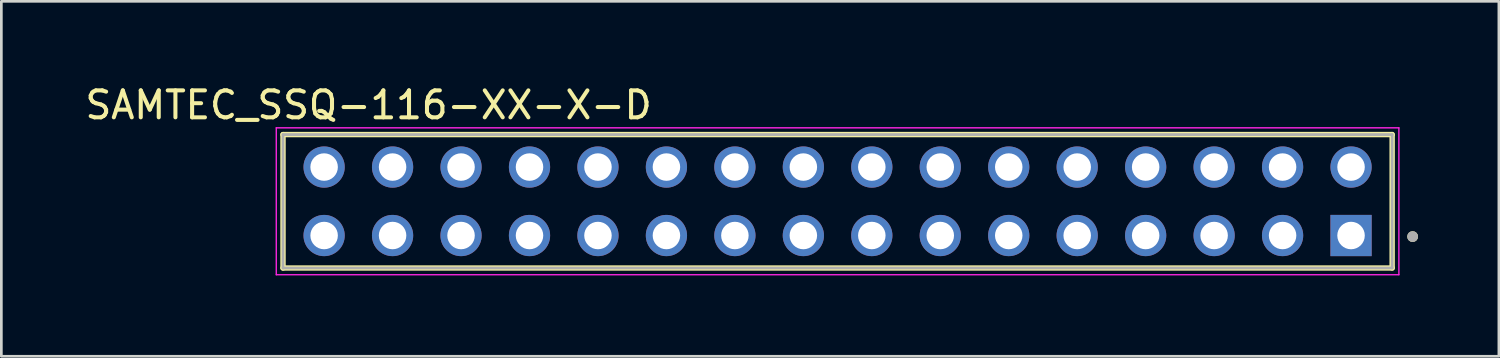
<source format=kicad_pcb>
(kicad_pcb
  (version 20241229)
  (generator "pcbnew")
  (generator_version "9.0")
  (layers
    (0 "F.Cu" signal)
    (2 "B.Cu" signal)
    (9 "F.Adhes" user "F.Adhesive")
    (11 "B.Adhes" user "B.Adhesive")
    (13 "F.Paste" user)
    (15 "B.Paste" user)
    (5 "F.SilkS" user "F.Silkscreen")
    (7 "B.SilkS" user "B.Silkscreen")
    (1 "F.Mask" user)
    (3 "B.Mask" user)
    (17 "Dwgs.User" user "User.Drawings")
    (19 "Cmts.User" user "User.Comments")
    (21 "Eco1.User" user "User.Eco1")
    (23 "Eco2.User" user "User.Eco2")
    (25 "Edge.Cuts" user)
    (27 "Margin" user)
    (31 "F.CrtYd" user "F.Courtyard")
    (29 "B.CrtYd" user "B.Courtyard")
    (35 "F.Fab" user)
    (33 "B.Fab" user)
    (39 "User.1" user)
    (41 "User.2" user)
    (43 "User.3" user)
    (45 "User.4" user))
  (footprint "SAMTEC_SSQ-116-XX-X-D"
    (layer "F.Cu")
    (at 28.025 4.418)
    (property "Reference" "SAMTEC_SSQ-116-XX-X-D" (at -17.4 -3.57 0) (layer "F.SilkS") (effects (font (size 1 1) (thickness 0.15))))
    (attr through_hole)
    (fp_line (start -20.575 -2.475) (end -20.575 2.475) (stroke (width 0.2) (type solid)) (layer "F.SilkS"))
    (fp_line (start -20.575 2.475) (end 20.575 2.475) (stroke (width 0.2) (type solid)) (layer "F.SilkS"))
    (fp_line (start 20.575 -2.475) (end -20.575 -2.475) (stroke (width 0.2) (type solid)) (layer "F.SilkS"))
    (fp_line (start 20.575 2.475) (end 20.575 -2.475) (stroke (width 0.2) (type solid)) (layer "F.SilkS"))
    (fp_circle (center 21.335 1.31) (end 21.435 1.31) (stroke (width 0.2) (type solid)) (fill no) (layer "F.SilkS"))
    (fp_line (start -20.825 -2.725) (end -20.825 2.725) (stroke (width 0.05) (type solid)) (layer "F.CrtYd"))
    (fp_line (start -20.825 2.725) (end 20.825 2.725) (stroke (width 0.05) (type solid)) (layer "F.CrtYd"))
    (fp_line (start 20.825 -2.725) (end -20.825 -2.725) (stroke (width 0.05) (type solid)) (layer "F.CrtYd"))
    (fp_line (start 20.825 2.725) (end 20.825 -2.725) (stroke (width 0.05) (type solid)) (layer "F.CrtYd"))
    (fp_line (start -20.575 -2.475) (end -20.575 2.475) (stroke (width 0.1) (type solid)) (layer "F.Fab"))
    (fp_line (start -20.575 -2.475) (end 20.575 -2.475) (stroke (width 0.1) (type solid)) (layer "F.Fab"))
    (fp_line (start -20.575 2.475) (end 20.575 2.475) (stroke (width 0.1) (type solid)) (layer "F.Fab"))
    (fp_line (start 20.575 2.475) (end 20.575 -2.475) (stroke (width 0.1) (type solid)) (layer "F.Fab"))
    (fp_circle (center 21.335 1.31) (end 21.435 1.31) (stroke (width 0.2) (type solid)) (fill no) (layer "F.Fab"))
    (pad "01" thru_hole rect (at 19.05 1.27) (size 1.53 1.53) (drill 1.02) (layers "*.Cu" "*.Mask"))
    (pad "02" thru_hole circle (at 19.05 -1.27) (size 1.53 1.53) (drill 1.02) (layers "*.Cu" "*.Mask"))
    (pad "03" thru_hole circle (at 16.51 1.27) (size 1.53 1.53) (drill 1.02) (layers "*.Cu" "*.Mask"))
    (pad "04" thru_hole circle (at 16.51 -1.27) (size 1.53 1.53) (drill 1.02) (layers "*.Cu" "*.Mask"))
    (pad "05" thru_hole circle (at 13.97 1.27) (size 1.53 1.53) (drill 1.02) (layers "*.Cu" "*.Mask"))
    (pad "06" thru_hole circle (at 13.97 -1.27) (size 1.53 1.53) (drill 1.02) (layers "*.Cu" "*.Mask"))
    (pad "07" thru_hole circle (at 11.43 1.27) (size 1.53 1.53) (drill 1.02) (layers "*.Cu" "*.Mask"))
    (pad "08" thru_hole circle (at 11.43 -1.27) (size 1.53 1.53) (drill 1.02) (layers "*.Cu" "*.Mask"))
    (pad "09" thru_hole circle (at 8.89 1.27) (size 1.53 1.53) (drill 1.02) (layers "*.Cu" "*.Mask"))
    (pad "10" thru_hole circle (at 8.89 -1.27) (size 1.53 1.53) (drill 1.02) (layers "*.Cu" "*.Mask"))
    (pad "11" thru_hole circle (at 6.35 1.27) (size 1.53 1.53) (drill 1.02) (layers "*.Cu" "*.Mask"))
    (pad "12" thru_hole circle (at 6.35 -1.27) (size 1.53 1.53) (drill 1.02) (layers "*.Cu" "*.Mask"))
    (pad "13" thru_hole circle (at 3.81 1.27) (size 1.53 1.53) (drill 1.02) (layers "*.Cu" "*.Mask"))
    (pad "14" thru_hole circle (at 3.81 -1.27) (size 1.53 1.53) (drill 1.02) (layers "*.Cu" "*.Mask"))
    (pad "15" thru_hole circle (at 1.27 1.27) (size 1.53 1.53) (drill 1.02) (layers "*.Cu" "*.Mask"))
    (pad "16" thru_hole circle (at 1.27 -1.27) (size 1.53 1.53) (drill 1.02) (layers "*.Cu" "*.Mask"))
    (pad "17" thru_hole circle (at -1.27 1.27) (size 1.53 1.53) (drill 1.02) (layers "*.Cu" "*.Mask"))
    (pad "18" thru_hole circle (at -1.27 -1.27) (size 1.53 1.53) (drill 1.02) (layers "*.Cu" "*.Mask"))
    (pad "19" thru_hole circle (at -3.81 1.27) (size 1.53 1.53) (drill 1.02) (layers "*.Cu" "*.Mask"))
    (pad "20" thru_hole circle (at -3.81 -1.27) (size 1.53 1.53) (drill 1.02) (layers "*.Cu" "*.Mask"))
    (pad "21" thru_hole circle (at -6.35 1.27) (size 1.53 1.53) (drill 1.02) (layers "*.Cu" "*.Mask"))
    (pad "22" thru_hole circle (at -6.35 -1.27) (size 1.53 1.53) (drill 1.02) (layers "*.Cu" "*.Mask"))
    (pad "23" thru_hole circle (at -8.89 1.27) (size 1.53 1.53) (drill 1.02) (layers "*.Cu" "*.Mask"))
    (pad "24" thru_hole circle (at -8.89 -1.27) (size 1.53 1.53) (drill 1.02) (layers "*.Cu" "*.Mask"))
    (pad "25" thru_hole circle (at -11.43 1.27) (size 1.53 1.53) (drill 1.02) (layers "*.Cu" "*.Mask"))
    (pad "26" thru_hole circle (at -11.43 -1.27) (size 1.53 1.53) (drill 1.02) (layers "*.Cu" "*.Mask"))
    (pad "27" thru_hole circle (at -13.97 1.27) (size 1.53 1.53) (drill 1.02) (layers "*.Cu" "*.Mask"))
    (pad "28" thru_hole circle (at -13.97 -1.27) (size 1.53 1.53) (drill 1.02) (layers "*.Cu" "*.Mask"))
    (pad "29" thru_hole circle (at -16.51 1.27) (size 1.53 1.53) (drill 1.02) (layers "*.Cu" "*.Mask"))
    (pad "30" thru_hole circle (at -16.51 -1.27) (size 1.53 1.53) (drill 1.02) (layers "*.Cu" "*.Mask"))
    (pad "31" thru_hole circle (at -19.05 1.27) (size 1.53 1.53) (drill 1.02) (layers "*.Cu" "*.Mask"))
    (pad "32" thru_hole circle (at -19.05 -1.27) (size 1.53 1.53) (drill 1.02) (layers "*.Cu" "*.Mask")))
  (gr_rect
    (start -3 -3)
    (end 52.56 10.168)
    (stroke (width 0.1) (type default))
    (fill no)
    (layer "Edge.Cuts")))
</source>
